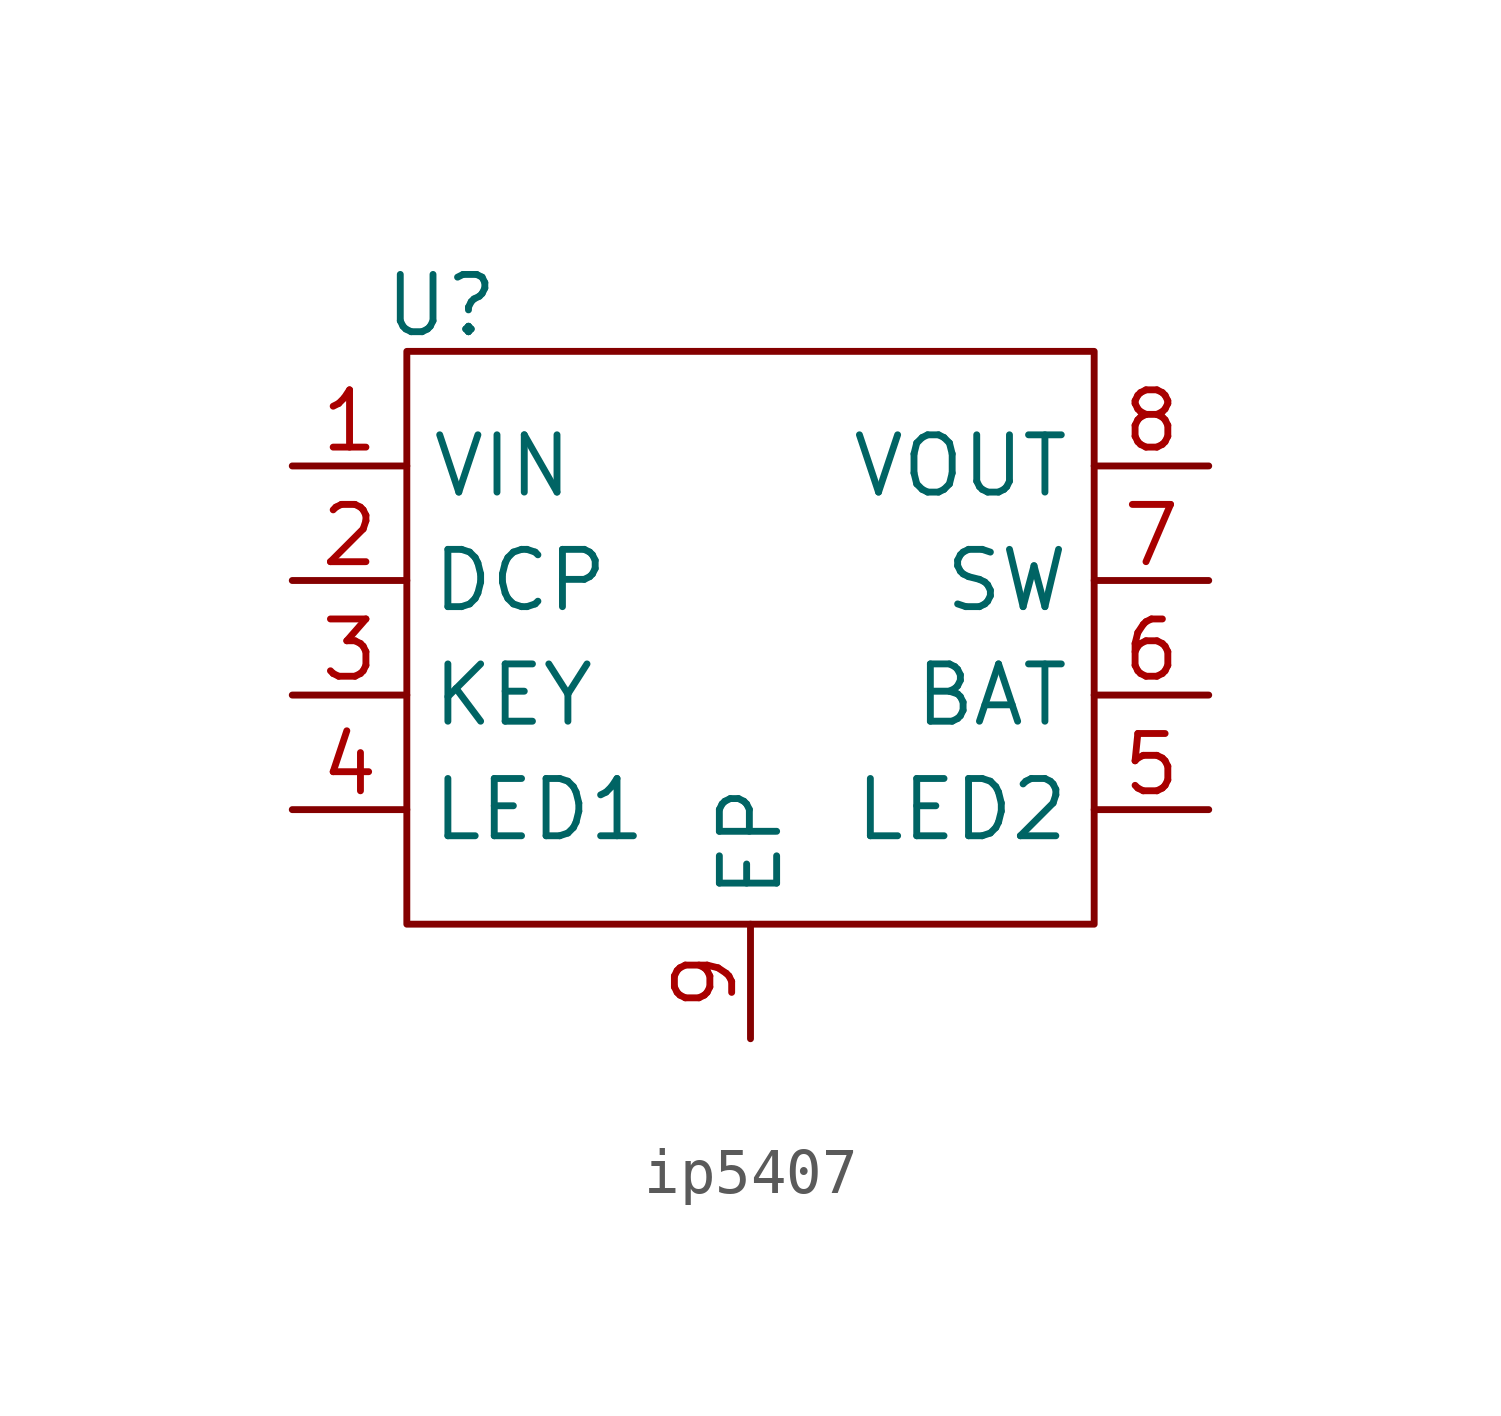
<source format=kicad_sym>
(kicad_symbol_lib
  (version 20231120)
  (generator "kicad_symbol_editor")
  (generator_version "8.0")
  (symbol "ip5407"
    (property "Reference" "U"
      (at 0.762 1.016 0)
      (effects (font (size 1.27 1.27))))
    (property "Value" ""
      (at 0 -1.27 0)
      (effects (font (size 1.27 1.27))))
    (symbol "ip5407_0_1"
      (rectangle (start 0 0) (end 15.24 -12.7) (stroke (width 0) (type default)) (fill (type none))))
    (symbol "ip5407_1_1"
      (pin power_in line (at -2.54 -2.54 0) (length 2.54) (name "VIN" (effects (font (size 1.27 1.27)))) (number "1" (effects (font (size 1.27 1.27)))))
      (pin bidirectional line (at -2.54 -5.08 0) (length 2.54) (name "DCP" (effects (font (size 1.27 1.27)))) (number "2" (effects (font (size 1.27 1.27)))))
      (pin bidirectional line (at -2.54 -7.62 0) (length 2.54) (name "KEY" (effects (font (size 1.27 1.27)))) (number "3" (effects (font (size 1.27 1.27)))))
      (pin output line (at -2.54 -10.16 0) (length 2.54) (name "LED1" (effects (font (size 1.27 1.27)))) (number "4" (effects (font (size 1.27 1.27)))))
      (pin output line (at 17.78 -10.16 180) (length 2.54) (name "LED2" (effects (font (size 1.27 1.27)))) (number "5" (effects (font (size 1.27 1.27)))))
      (pin power_in line (at 17.78 -7.62 180) (length 2.54) (name "BAT" (effects (font (size 1.27 1.27)))) (number "6" (effects (font (size 1.27 1.27)))))
      (pin bidirectional line (at 17.78 -5.08 180) (length 2.54) (name "SW" (effects (font (size 1.27 1.27)))) (number "7" (effects (font (size 1.27 1.27)))))
      (pin power_out line (at 17.78 -2.54 180) (length 2.54) (name "VOUT" (effects (font (size 1.27 1.27)))) (number "8" (effects (font (size 1.27 1.27)))))
      (pin passive line (at 7.62 -15.24 90) (length 2.54) (name "EP" (effects (font (size 1.27 1.27)))) (number "9" (effects (font (size 1.27 1.27))))))))
</source>
